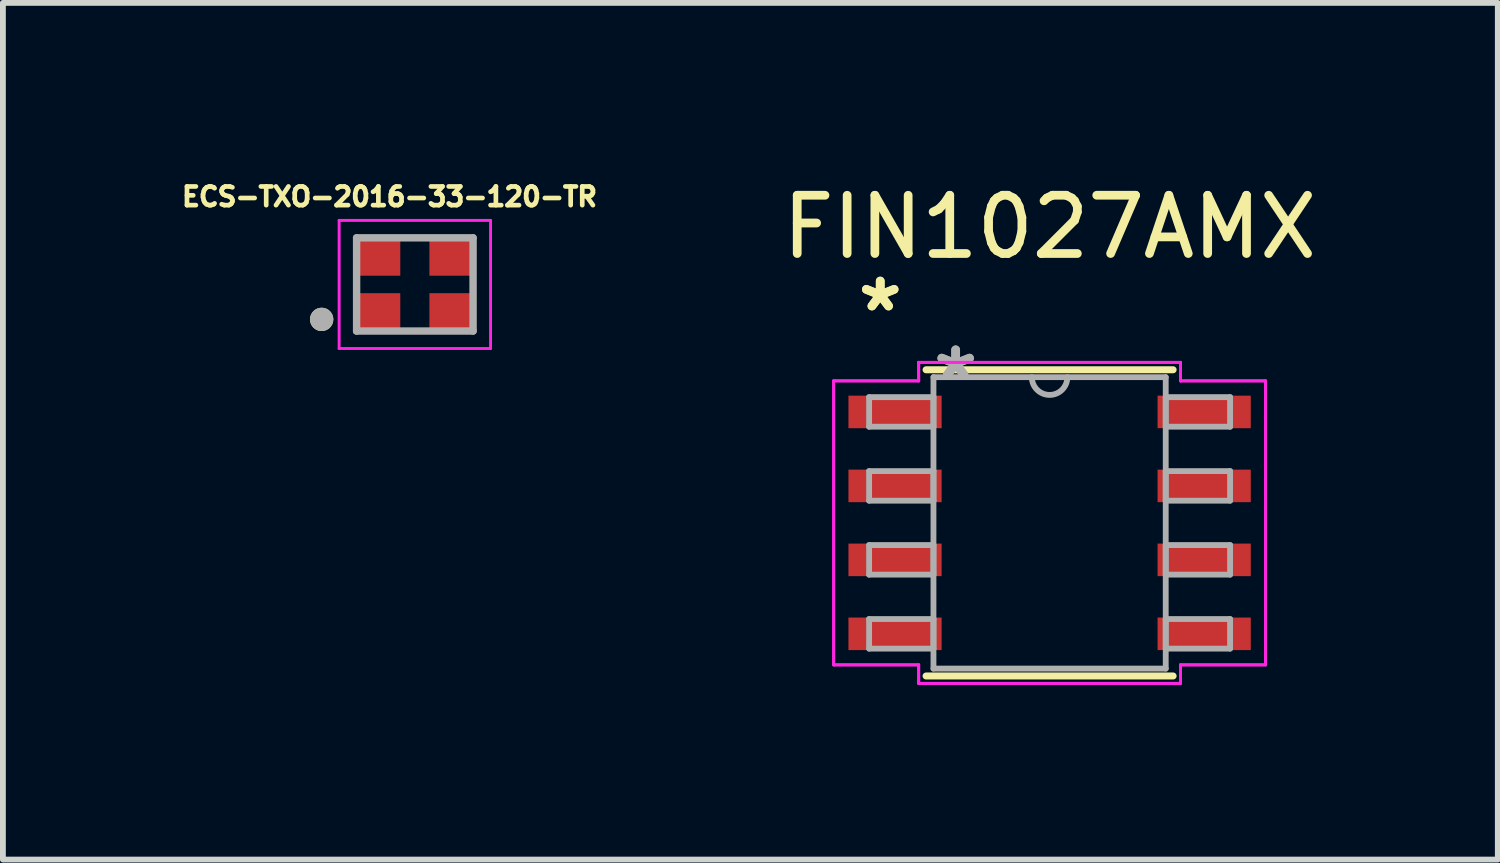
<source format=kicad_pcb>
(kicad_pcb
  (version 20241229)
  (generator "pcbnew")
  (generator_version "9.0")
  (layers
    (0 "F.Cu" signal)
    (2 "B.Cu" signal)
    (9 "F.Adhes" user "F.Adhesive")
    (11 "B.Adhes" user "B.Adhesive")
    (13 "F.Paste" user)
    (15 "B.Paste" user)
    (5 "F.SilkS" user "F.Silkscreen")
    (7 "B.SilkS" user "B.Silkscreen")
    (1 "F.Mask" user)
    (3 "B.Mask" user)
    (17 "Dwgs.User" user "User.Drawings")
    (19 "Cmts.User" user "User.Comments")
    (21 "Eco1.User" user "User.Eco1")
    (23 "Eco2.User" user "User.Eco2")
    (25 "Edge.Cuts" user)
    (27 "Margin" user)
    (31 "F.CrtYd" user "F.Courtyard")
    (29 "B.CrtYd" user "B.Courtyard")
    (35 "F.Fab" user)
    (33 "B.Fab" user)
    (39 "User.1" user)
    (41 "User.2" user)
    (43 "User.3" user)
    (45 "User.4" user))
  (footprint "ECS-TXO-2016-33-120-TR"
    (layer "F.Cu")
    (at 4.073 1.834)
    (property "Reference" "ECS-TXO-2016-33-120-TR" (at -0.435 -1.506 0) (layer "F.SilkS") (effects (font (size 0.321 0.321) (thickness 0.15))))
    (attr through_hole)
    (fp_circle (center -1.6 0.6) (end -1.5 0.6) (stroke (width 0.2) (type solid)) (fill no) (layer "F.SilkS"))
    (fp_line (start -1.3 -1.1) (end 1.3 -1.1) (stroke (width 0.05) (type solid)) (layer "F.CrtYd"))
    (fp_line (start -1.3 1.1) (end -1.3 -1.1) (stroke (width 0.05) (type solid)) (layer "F.CrtYd"))
    (fp_line (start 1.3 -1.1) (end 1.3 1.1) (stroke (width 0.05) (type solid)) (layer "F.CrtYd"))
    (fp_line (start 1.3 1.1) (end -1.3 1.1) (stroke (width 0.05) (type solid)) (layer "F.CrtYd"))
    (fp_line (start -1 -0.8) (end 1 -0.8) (stroke (width 0.127) (type solid)) (layer "F.Fab"))
    (fp_line (start -1 0.8) (end -1 -0.8) (stroke (width 0.127) (type solid)) (layer "F.Fab"))
    (fp_line (start 1 -0.8) (end 1 0.8) (stroke (width 0.127) (type solid)) (layer "F.Fab"))
    (fp_line (start 1 0.8) (end -1 0.8) (stroke (width 0.127) (type solid)) (layer "F.Fab"))
    (fp_circle (center -1.6 0.6) (end -1.5 0.6) (stroke (width 0.2) (type solid)) (fill no) (layer "F.Fab"))
    (pad "1" smd rect (at -0.65 0.5 90) (size 0.7 0.8) (layers "F.Cu" "F.Mask" "F.Paste"))
    (pad "2" smd rect (at 0.65 0.5 90) (size 0.7 0.8) (layers "F.Cu" "F.Mask" "F.Paste"))
    (pad "3" smd rect (at 0.65 -0.5 90) (size 0.7 0.8) (layers "F.Cu" "F.Mask" "F.Paste"))
    (pad "4" smd rect (at -0.65 -0.5 90) (size 0.7 0.8) (layers "F.Cu" "F.Mask" "F.Paste")))
  (footprint "FIN1027AMX"
    (layer "F.Cu")
    (at 14.972 5.928)
    (property "Reference" "FIN1027AMX" (at 0 -5.08 0) (layer "F.SilkS") (effects (font (size 1 1) (thickness 0.15))))
    (attr through_hole)
    (fp_line (start -2.121 2.629) (end 2.121 2.629) (stroke (width 0.12) (type solid)) (layer "F.SilkS"))
    (fp_line (start 2.121 -2.629) (end -2.121 -2.629) (stroke (width 0.12) (type solid)) (layer "F.SilkS"))
    (fp_line (start -3.708 -2.438) (end -2.248 -2.438) (stroke (width 0.05) (type solid)) (layer "F.CrtYd"))
    (fp_line (start -3.708 -2.438) (end -2.248 -2.438) (stroke (width 0.05) (type solid)) (layer "F.CrtYd"))
    (fp_line (start -3.708 2.438) (end -3.708 -2.438) (stroke (width 0.05) (type solid)) (layer "F.CrtYd"))
    (fp_line (start -3.708 2.438) (end -3.708 -2.438) (stroke (width 0.05) (type solid)) (layer "F.CrtYd"))
    (fp_line (start -3.708 2.438) (end -2.248 2.438) (stroke (width 0.05) (type solid)) (layer "F.CrtYd"))
    (fp_line (start -2.248 -2.756) (end 2.248 -2.756) (stroke (width 0.05) (type solid)) (layer "F.CrtYd"))
    (fp_line (start -2.248 -2.756) (end 2.248 -2.756) (stroke (width 0.05) (type solid)) (layer "F.CrtYd"))
    (fp_line (start -2.248 -2.438) (end -2.248 -2.756) (stroke (width 0.05) (type solid)) (layer "F.CrtYd"))
    (fp_line (start -2.248 -2.438) (end -2.248 -2.756) (stroke (width 0.05) (type solid)) (layer "F.CrtYd"))
    (fp_line (start -2.248 2.438) (end -3.708 2.438) (stroke (width 0.05) (type solid)) (layer "F.CrtYd"))
    (fp_line (start -2.248 2.756) (end -2.248 2.438) (stroke (width 0.05) (type solid)) (layer "F.CrtYd"))
    (fp_line (start -2.248 2.756) (end -2.248 2.438) (stroke (width 0.05) (type solid)) (layer "F.CrtYd"))
    (fp_line (start 2.248 -2.756) (end 2.248 -2.438) (stroke (width 0.05) (type solid)) (layer "F.CrtYd"))
    (fp_line (start 2.248 -2.756) (end 2.248 -2.438) (stroke (width 0.05) (type solid)) (layer "F.CrtYd"))
    (fp_line (start 2.248 -2.438) (end 3.708 -2.438) (stroke (width 0.05) (type solid)) (layer "F.CrtYd"))
    (fp_line (start 2.248 2.438) (end 2.248 2.756) (stroke (width 0.05) (type solid)) (layer "F.CrtYd"))
    (fp_line (start 2.248 2.438) (end 2.248 2.756) (stroke (width 0.05) (type solid)) (layer "F.CrtYd"))
    (fp_line (start 2.248 2.756) (end -2.248 2.756) (stroke (width 0.05) (type solid)) (layer "F.CrtYd"))
    (fp_line (start 2.248 2.756) (end -2.248 2.756) (stroke (width 0.05) (type solid)) (layer "F.CrtYd"))
    (fp_line (start 3.708 -2.438) (end 2.248 -2.438) (stroke (width 0.05) (type solid)) (layer "F.CrtYd"))
    (fp_line (start 3.708 -2.438) (end 3.708 2.438) (stroke (width 0.05) (type solid)) (layer "F.CrtYd"))
    (fp_line (start 3.708 -2.438) (end 3.708 2.438) (stroke (width 0.05) (type solid)) (layer "F.CrtYd"))
    (fp_line (start 3.708 2.438) (end 2.248 2.438) (stroke (width 0.05) (type solid)) (layer "F.CrtYd"))
    (fp_line (start 3.708 2.438) (end 2.248 2.438) (stroke (width 0.05) (type solid)) (layer "F.CrtYd"))
    (fp_line (start -3.099 -2.159) (end -3.099 -1.651) (stroke (width 0.1) (type solid)) (layer "F.Fab"))
    (fp_line (start -3.099 -1.651) (end -1.994 -1.651) (stroke (width 0.1) (type solid)) (layer "F.Fab"))
    (fp_line (start -3.099 -0.889) (end -3.099 -0.381) (stroke (width 0.1) (type solid)) (layer "F.Fab"))
    (fp_line (start -3.099 -0.381) (end -1.994 -0.381) (stroke (width 0.1) (type solid)) (layer "F.Fab"))
    (fp_line (start -3.099 0.381) (end -3.099 0.889) (stroke (width 0.1) (type solid)) (layer "F.Fab"))
    (fp_line (start -3.099 0.889) (end -1.994 0.889) (stroke (width 0.1) (type solid)) (layer "F.Fab"))
    (fp_line (start -3.099 1.651) (end -3.099 2.159) (stroke (width 0.1) (type solid)) (layer "F.Fab"))
    (fp_line (start -3.099 2.159) (end -1.994 2.159) (stroke (width 0.1) (type solid)) (layer "F.Fab"))
    (fp_line (start -1.994 -2.502) (end -1.994 2.502) (stroke (width 0.1) (type solid)) (layer "F.Fab"))
    (fp_line (start -1.994 -2.159) (end -3.099 -2.159) (stroke (width 0.1) (type solid)) (layer "F.Fab"))
    (fp_line (start -1.994 -1.651) (end -1.994 -2.159) (stroke (width 0.1) (type solid)) (layer "F.Fab"))
    (fp_line (start -1.994 -0.889) (end -3.099 -0.889) (stroke (width 0.1) (type solid)) (layer "F.Fab"))
    (fp_line (start -1.994 -0.381) (end -1.994 -0.889) (stroke (width 0.1) (type solid)) (layer "F.Fab"))
    (fp_line (start -1.994 0.381) (end -3.099 0.381) (stroke (width 0.1) (type solid)) (layer "F.Fab"))
    (fp_line (start -1.994 0.889) (end -1.994 0.381) (stroke (width 0.1) (type solid)) (layer "F.Fab"))
    (fp_line (start -1.994 1.651) (end -3.099 1.651) (stroke (width 0.1) (type solid)) (layer "F.Fab"))
    (fp_line (start -1.994 2.159) (end -1.994 1.651) (stroke (width 0.1) (type solid)) (layer "F.Fab"))
    (fp_line (start -1.994 2.502) (end 1.994 2.502) (stroke (width 0.1) (type solid)) (layer "F.Fab"))
    (fp_line (start 1.994 -2.502) (end -1.994 -2.502) (stroke (width 0.1) (type solid)) (layer "F.Fab"))
    (fp_line (start 1.994 -2.159) (end 1.994 -1.651) (stroke (width 0.1) (type solid)) (layer "F.Fab"))
    (fp_line (start 1.994 -1.651) (end 3.099 -1.651) (stroke (width 0.1) (type solid)) (layer "F.Fab"))
    (fp_line (start 1.994 -0.889) (end 1.994 -0.381) (stroke (width 0.1) (type solid)) (layer "F.Fab"))
    (fp_line (start 1.994 -0.381) (end 3.099 -0.381) (stroke (width 0.1) (type solid)) (layer "F.Fab"))
    (fp_line (start 1.994 0.381) (end 1.994 0.889) (stroke (width 0.1) (type solid)) (layer "F.Fab"))
    (fp_line (start 1.994 0.889) (end 3.099 0.889) (stroke (width 0.1) (type solid)) (layer "F.Fab"))
    (fp_line (start 1.994 1.651) (end 1.994 2.159) (stroke (width 0.1) (type solid)) (layer "F.Fab"))
    (fp_line (start 1.994 2.159) (end 3.099 2.159) (stroke (width 0.1) (type solid)) (layer "F.Fab"))
    (fp_line (start 1.994 2.502) (end 1.994 -2.502) (stroke (width 0.1) (type solid)) (layer "F.Fab"))
    (fp_line (start 3.099 -2.159) (end 1.994 -2.159) (stroke (width 0.1) (type solid)) (layer "F.Fab"))
    (fp_line (start 3.099 -1.651) (end 3.099 -2.159) (stroke (width 0.1) (type solid)) (layer "F.Fab"))
    (fp_line (start 3.099 -0.889) (end 1.994 -0.889) (stroke (width 0.1) (type solid)) (layer "F.Fab"))
    (fp_line (start 3.099 -0.381) (end 3.099 -0.889) (stroke (width 0.1) (type solid)) (layer "F.Fab"))
    (fp_line (start 3.099 0.381) (end 1.994 0.381) (stroke (width 0.1) (type solid)) (layer "F.Fab"))
    (fp_line (start 3.099 0.889) (end 3.099 0.381) (stroke (width 0.1) (type solid)) (layer "F.Fab"))
    (fp_line (start 3.099 1.651) (end 1.994 1.651) (stroke (width 0.1) (type solid)) (layer "F.Fab"))
    (fp_line (start 3.099 2.159) (end 3.099 1.651) (stroke (width 0.1) (type solid)) (layer "F.Fab"))
    (fp_arc (start 0.3048 -2.5019) (mid 0 -2.1971) (end -0.3048 -2.5019) (stroke (width 0.1) (type solid)) (layer "F.Fab"))
    (fp_text user "*" (at -2.908 -3.607 0) (layer "F.SilkS") (effects (font (size 1 1) (thickness 0.15))))
    (fp_text user "*" (at -2.908 -3.607 0) (layer "F.SilkS") (effects (font (size 1 1) (thickness 0.15))))
    (fp_text user "*" (at -1.613 -2.426 0) (layer "F.Fab") (effects (font (size 1 1) (thickness 0.15))))
    (fp_text user "*" (at -1.613 -2.426 0) (layer "F.Fab") (effects (font (size 1 1) (thickness 0.15))))
    (pad "1" smd rect (at -2.654 -1.905) (size 1.6 0.559) (layers "F.Cu" "F.Mask" "F.Paste"))
    (pad "2" smd rect (at -2.654 -0.635) (size 1.6 0.559) (layers "F.Cu" "F.Mask" "F.Paste"))
    (pad "3" smd rect (at -2.654 0.635) (size 1.6 0.559) (layers "F.Cu" "F.Mask" "F.Paste"))
    (pad "4" smd rect (at -2.654 1.905) (size 1.6 0.559) (layers "F.Cu" "F.Mask" "F.Paste"))
    (pad "5" smd rect (at 2.654 1.905) (size 1.6 0.559) (layers "F.Cu" "F.Mask" "F.Paste"))
    (pad "6" smd rect (at 2.654 0.635) (size 1.6 0.559) (layers "F.Cu" "F.Mask" "F.Paste"))
    (pad "7" smd rect (at 2.654 -0.635) (size 1.6 0.559) (layers "F.Cu" "F.Mask" "F.Paste"))
    (pad "8" smd rect (at 2.654 -1.905) (size 1.6 0.559) (layers "F.Cu" "F.Mask" "F.Paste")))
  (gr_rect
    (start -3 -3)
    (end 22.668 11.709)
    (stroke (width 0.1) (type default))
    (fill no)
    (layer "Edge.Cuts")))
</source>
